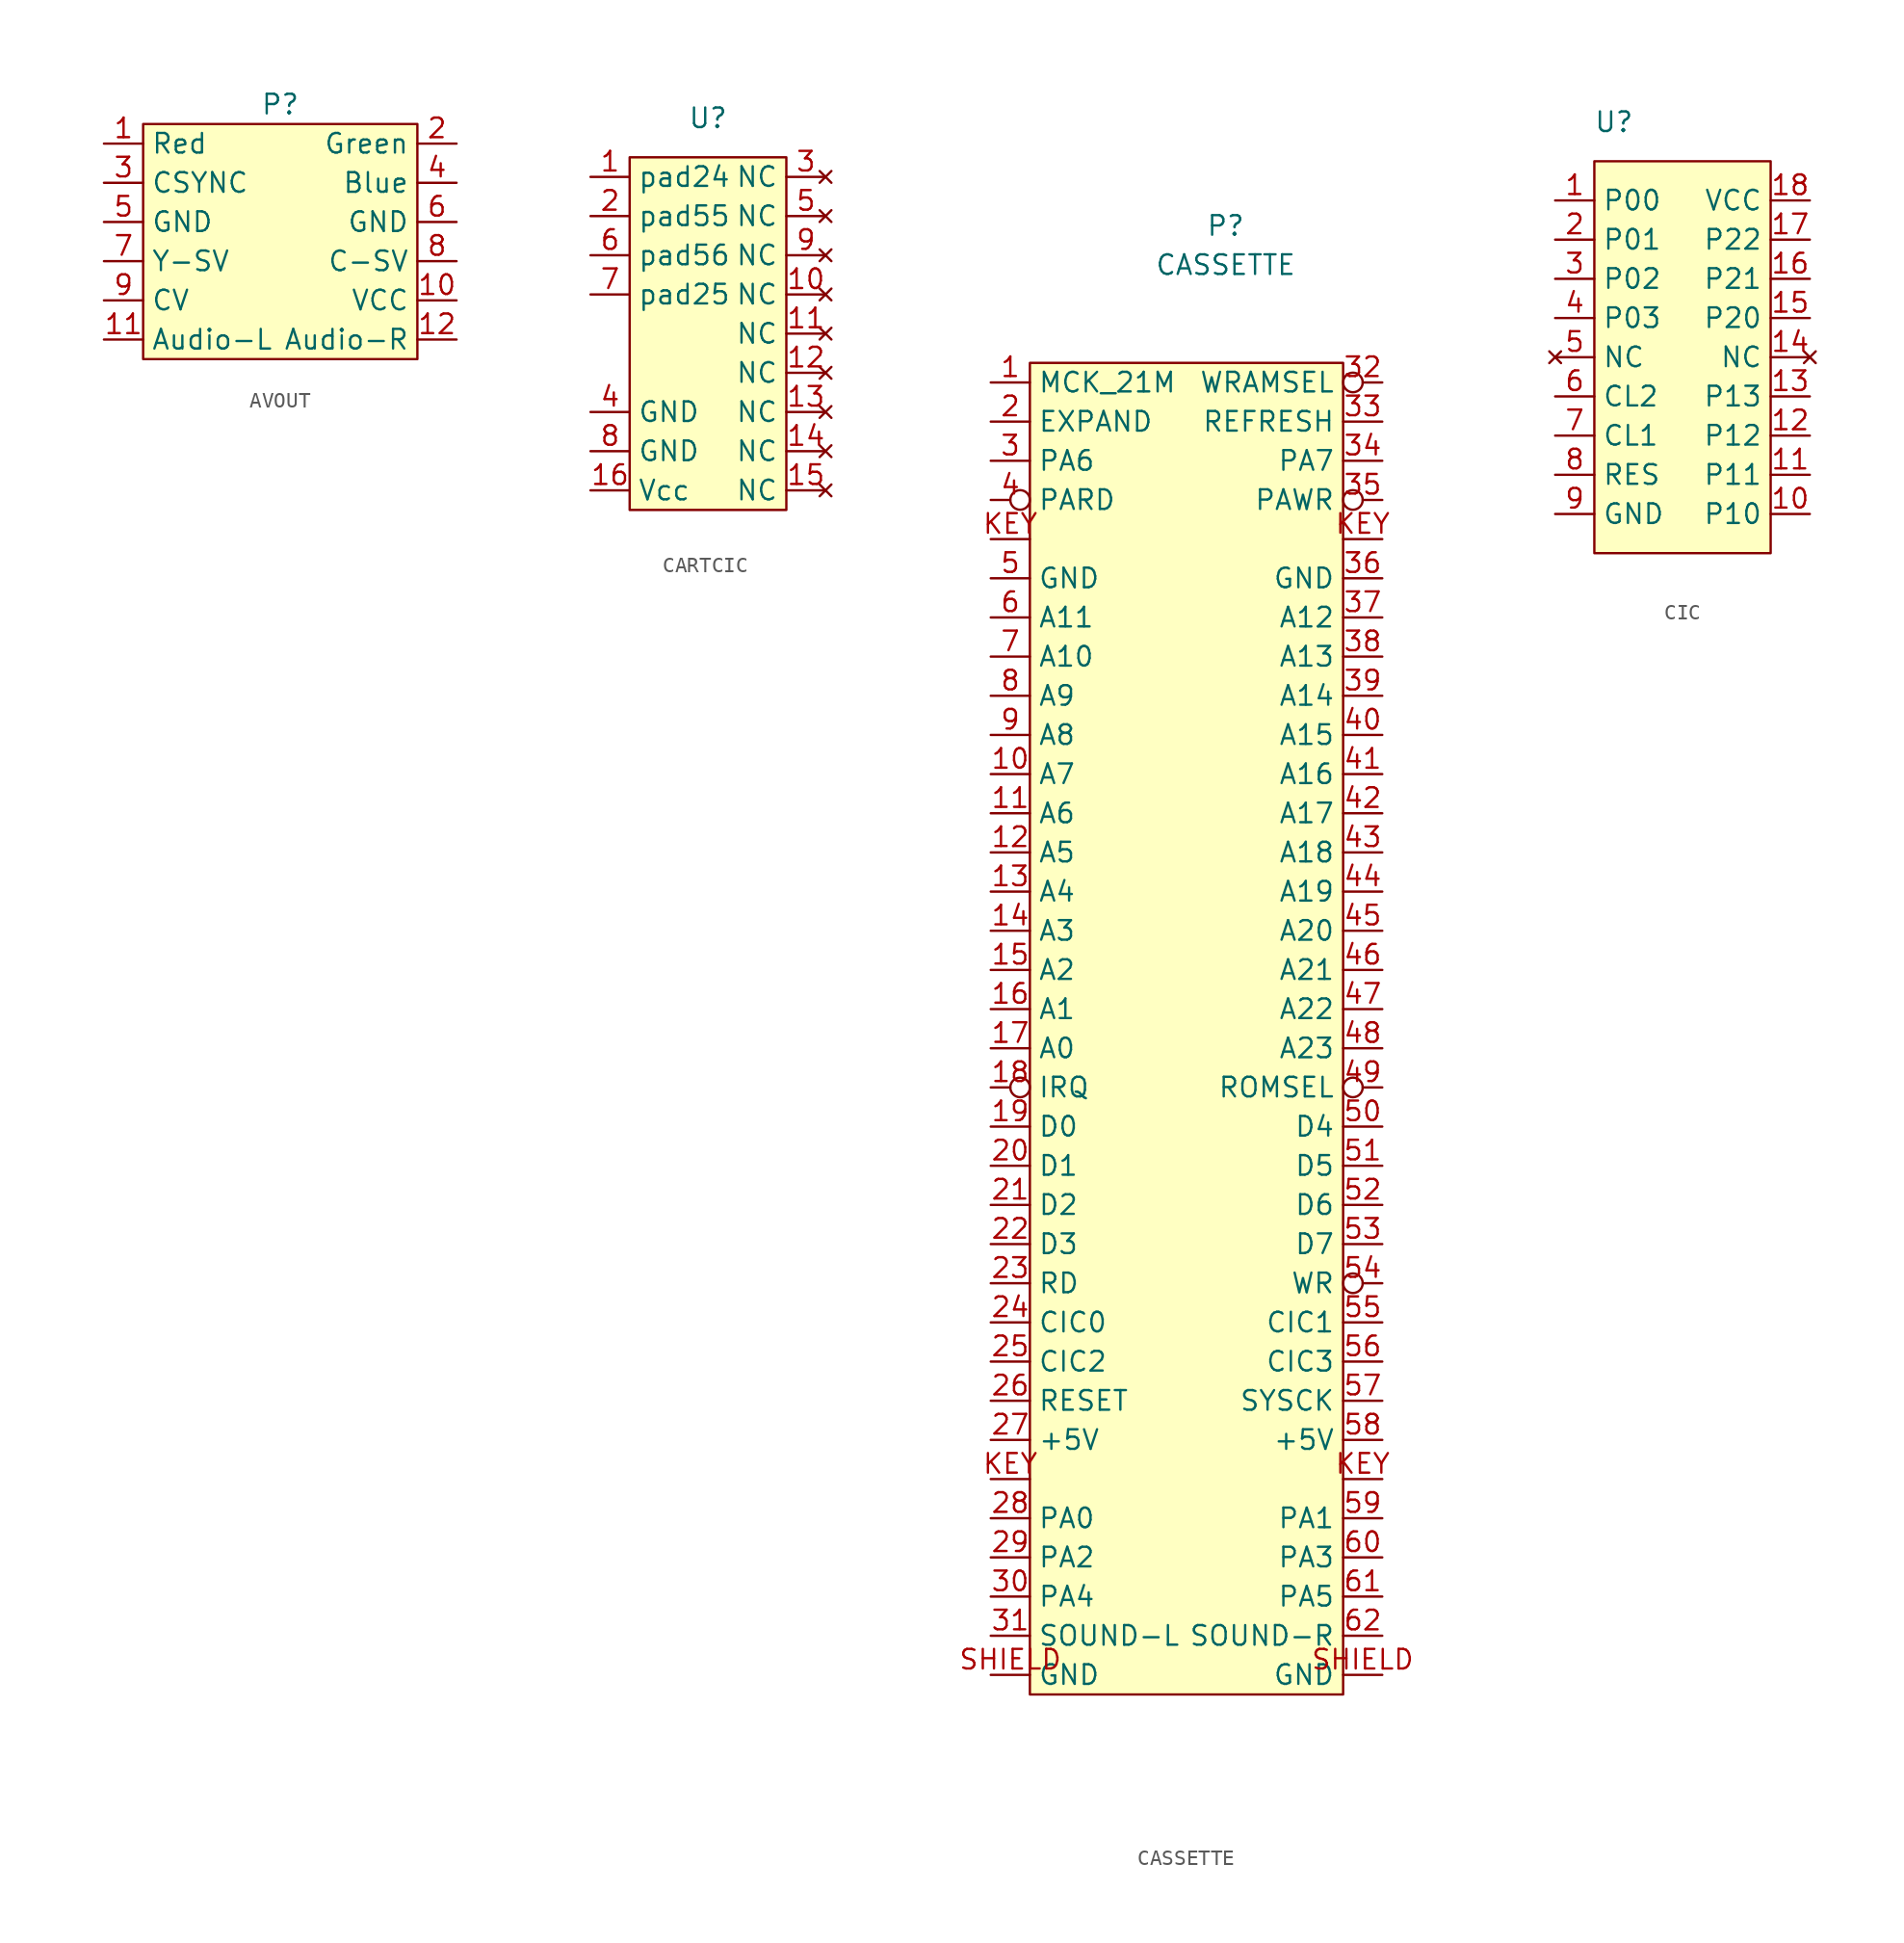
<source format=kicad_sym>
(kicad_symbol_lib
  (version 20220914)
  (generator kicad_symbol_editor)
  (symbol "AVOUT"
    (property "Reference" "P"
      (at 0 2.54 0)
      (effects (font (size 1.27 1.27))))
    (property "Value" ""
      (at -11.43 0 0)
      (effects (font (size 1.27 1.27))))
    (symbol "AVOUT_0_0"
      (pin unspecified line (at -11.43 0 0) (length 2.54) (name "Red" (effects (font (size 1.27 1.27)))) (number "1" (effects (font (size 1.27 1.27)))))
      (pin unspecified line (at 11.43 -10.16 180) (length 2.54) (name "VCC" (effects (font (size 1.27 1.27)))) (number "10" (effects (font (size 1.27 1.27)))))
      (pin unspecified line (at -11.43 -12.7 0) (length 2.54) (name "Audio-L" (effects (font (size 1.27 1.27)))) (number "11" (effects (font (size 1.27 1.27)))))
      (pin unspecified line (at 11.43 -12.7 180) (length 2.54) (name "Audio-R" (effects (font (size 1.27 1.27)))) (number "12" (effects (font (size 1.27 1.27)))))
      (pin unspecified line (at 11.43 0 180) (length 2.54) (name "Green" (effects (font (size 1.27 1.27)))) (number "2" (effects (font (size 1.27 1.27)))))
      (pin unspecified line (at -11.43 -2.54 0) (length 2.54) (name "CSYNC" (effects (font (size 1.27 1.27)))) (number "3" (effects (font (size 1.27 1.27)))))
      (pin unspecified line (at 11.43 -2.54 180) (length 2.54) (name "Blue" (effects (font (size 1.27 1.27)))) (number "4" (effects (font (size 1.27 1.27)))))
      (pin unspecified line (at -11.43 -5.08 0) (length 2.54) (name "GND" (effects (font (size 1.27 1.27)))) (number "5" (effects (font (size 1.27 1.27)))))
      (pin unspecified line (at 11.43 -5.08 180) (length 2.54) (name "GND" (effects (font (size 1.27 1.27)))) (number "6" (effects (font (size 1.27 1.27)))))
      (pin unspecified line (at -11.43 -7.62 0) (length 2.54) (name "Y-SV" (effects (font (size 1.27 1.27)))) (number "7" (effects (font (size 1.27 1.27)))))
      (pin unspecified line (at 11.43 -7.62 180) (length 2.54) (name "C-SV" (effects (font (size 1.27 1.27)))) (number "8" (effects (font (size 1.27 1.27)))))
      (pin unspecified line (at -11.43 -10.16 0) (length 2.54) (name "CV" (effects (font (size 1.27 1.27)))) (number "9" (effects (font (size 1.27 1.27))))))
    (symbol "AVOUT_0_1"
      (rectangle (start -8.89 1.27) (end 8.89 -13.97) (stroke (width 0) (type default)) (fill (type background)))))
  (symbol "CARTCIC"
    (property "Reference" "U"
      (at 0 12.7 0)
      (effects (font (size 1.27 1.27))))
    (property "Value" ""
      (at -7.62 8.89 0)
      (effects (font (size 1.27 1.27))))
    (symbol "CARTCIC_0_0"
      (pin unspecified line (at -7.62 8.89 0) (length 2.54) (name "pad24" (effects (font (size 1.27 1.27)))) (number "1" (effects (font (size 1.27 1.27)))))
      (pin no_connect line (at 7.62 1.27 180) (length 2.54) (name "NC" (effects (font (size 1.27 1.27)))) (number "10" (effects (font (size 1.27 1.27)))))
      (pin no_connect line (at 7.62 -1.27 180) (length 2.54) (name "NC" (effects (font (size 1.27 1.27)))) (number "11" (effects (font (size 1.27 1.27)))))
      (pin no_connect line (at 7.62 -3.81 180) (length 2.54) (name "NC" (effects (font (size 1.27 1.27)))) (number "12" (effects (font (size 1.27 1.27)))))
      (pin no_connect line (at 7.62 -6.35 180) (length 2.54) (name "NC" (effects (font (size 1.27 1.27)))) (number "13" (effects (font (size 1.27 1.27)))))
      (pin no_connect line (at 7.62 -8.89 180) (length 2.54) (name "NC" (effects (font (size 1.27 1.27)))) (number "14" (effects (font (size 1.27 1.27)))))
      (pin no_connect line (at 7.62 -11.43 180) (length 2.54) (name "NC" (effects (font (size 1.27 1.27)))) (number "15" (effects (font (size 1.27 1.27)))))
      (pin power_in line (at -7.62 -11.43 0) (length 2.54) (name "Vcc" (effects (font (size 1.27 1.27)))) (number "16" (effects (font (size 1.27 1.27)))))
      (pin unspecified line (at -7.62 6.35 0) (length 2.54) (name "pad55" (effects (font (size 1.27 1.27)))) (number "2" (effects (font (size 1.27 1.27)))))
      (pin no_connect line (at 7.62 8.89 180) (length 2.54) (name "NC" (effects (font (size 1.27 1.27)))) (number "3" (effects (font (size 1.27 1.27)))))
      (pin power_in line (at -7.62 -6.35 0) (length 2.54) (name "GND" (effects (font (size 1.27 1.27)))) (number "4" (effects (font (size 1.27 1.27)))))
      (pin no_connect line (at 7.62 6.35 180) (length 2.54) (name "NC" (effects (font (size 1.27 1.27)))) (number "5" (effects (font (size 1.27 1.27)))))
      (pin unspecified line (at -7.62 3.81 0) (length 2.54) (name "pad56" (effects (font (size 1.27 1.27)))) (number "6" (effects (font (size 1.27 1.27)))))
      (pin unspecified line (at -7.62 1.27 0) (length 2.54) (name "pad25" (effects (font (size 1.27 1.27)))) (number "7" (effects (font (size 1.27 1.27)))))
      (pin power_in line (at -7.62 -8.89 0) (length 2.54) (name "GND" (effects (font (size 1.27 1.27)))) (number "8" (effects (font (size 1.27 1.27)))))
      (pin no_connect line (at 7.62 3.81 180) (length 2.54) (name "NC" (effects (font (size 1.27 1.27)))) (number "9" (effects (font (size 1.27 1.27))))))
    (symbol "CARTCIC_0_1"
      (rectangle (start -5.08 10.16) (end 5.08 -12.7) (stroke (width 0) (type default)) (fill (type background)))))
  (symbol "CASSETTE"
    (property "Reference" "P"
      (at 0 2.54 0)
      (effects (font (size 1.27 1.27))))
    (property "Value" "CASSETTE"
      (at 0 0 0)
      (effects (font (size 1.27 1.27))))
    (symbol "CASSETTE_0_0"
      (pin unspecified line (at -15.24 -7.62 0) (length 2.54) (name "MCK_21M" (effects (font (size 1.27 1.27)))) (number "1" (effects (font (size 1.27 1.27)))))
      (pin input line (at -15.24 -33.02 0) (length 2.54) (name "A7" (effects (font (size 1.27 1.27)))) (number "10" (effects (font (size 1.27 1.27)))))
      (pin input line (at -15.24 -35.56 0) (length 2.54) (name "A6" (effects (font (size 1.27 1.27)))) (number "11" (effects (font (size 1.27 1.27)))))
      (pin input line (at -15.24 -38.1 0) (length 2.54) (name "A5" (effects (font (size 1.27 1.27)))) (number "12" (effects (font (size 1.27 1.27)))))
      (pin input line (at -15.24 -40.64 0) (length 2.54) (name "A4" (effects (font (size 1.27 1.27)))) (number "13" (effects (font (size 1.27 1.27)))))
      (pin input line (at -15.24 -43.18 0) (length 2.54) (name "A3" (effects (font (size 1.27 1.27)))) (number "14" (effects (font (size 1.27 1.27)))))
      (pin input line (at -15.24 -45.72 0) (length 2.54) (name "A2" (effects (font (size 1.27 1.27)))) (number "15" (effects (font (size 1.27 1.27)))))
      (pin input line (at -15.24 -48.26 0) (length 2.54) (name "A1" (effects (font (size 1.27 1.27)))) (number "16" (effects (font (size 1.27 1.27)))))
      (pin input line (at -15.24 -50.8 0) (length 2.54) (name "A0" (effects (font (size 1.27 1.27)))) (number "17" (effects (font (size 1.27 1.27)))))
      (pin unspecified inverted (at -15.24 -53.34 0) (length 2.54) (name "IRQ" (effects (font (size 1.27 1.27)))) (number "18" (effects (font (size 1.27 1.27)))))
      (pin bidirectional line (at -15.24 -55.88 0) (length 2.54) (name "D0" (effects (font (size 1.27 1.27)))) (number "19" (effects (font (size 1.27 1.27)))))
      (pin unspecified line (at -15.24 -10.16 0) (length 2.54) (name "EXPAND" (effects (font (size 1.27 1.27)))) (number "2" (effects (font (size 1.27 1.27)))))
      (pin bidirectional line (at -15.24 -58.42 0) (length 2.54) (name "D1" (effects (font (size 1.27 1.27)))) (number "20" (effects (font (size 1.27 1.27)))))
      (pin bidirectional line (at -15.24 -60.96 0) (length 2.54) (name "D2" (effects (font (size 1.27 1.27)))) (number "21" (effects (font (size 1.27 1.27)))))
      (pin bidirectional line (at -15.24 -63.5 0) (length 2.54) (name "D3" (effects (font (size 1.27 1.27)))) (number "22" (effects (font (size 1.27 1.27)))))
      (pin unspecified line (at -15.24 -66.04 0) (length 2.54) (name "RD" (effects (font (size 1.27 1.27)))) (number "23" (effects (font (size 1.27 1.27)))))
      (pin unspecified line (at -15.24 -68.58 0) (length 2.54) (name "CIC0" (effects (font (size 1.27 1.27)))) (number "24" (effects (font (size 1.27 1.27)))))
      (pin unspecified line (at -15.24 -71.12 0) (length 2.54) (name "CIC2" (effects (font (size 1.27 1.27)))) (number "25" (effects (font (size 1.27 1.27)))))
      (pin unspecified line (at -15.24 -73.66 0) (length 2.54) (name "RESET" (effects (font (size 1.27 1.27)))) (number "26" (effects (font (size 1.27 1.27)))))
      (pin power_in line (at -15.24 -76.2 0) (length 2.54) (name "+5V" (effects (font (size 1.27 1.27)))) (number "27" (effects (font (size 1.27 1.27)))))
      (pin unspecified line (at -15.24 -81.28 0) (length 2.54) (name "PA0" (effects (font (size 1.27 1.27)))) (number "28" (effects (font (size 1.27 1.27)))))
      (pin unspecified line (at -15.24 -83.82 0) (length 2.54) (name "PA2" (effects (font (size 1.27 1.27)))) (number "29" (effects (font (size 1.27 1.27)))))
      (pin unspecified line (at -15.24 -12.7 0) (length 2.54) (name "PA6" (effects (font (size 1.27 1.27)))) (number "3" (effects (font (size 1.27 1.27)))))
      (pin unspecified line (at -15.24 -86.36 0) (length 2.54) (name "PA4" (effects (font (size 1.27 1.27)))) (number "30" (effects (font (size 1.27 1.27)))))
      (pin output line (at -15.24 -88.9 0) (length 2.54) (name "SOUND-L" (effects (font (size 1.27 1.27)))) (number "31" (effects (font (size 1.27 1.27)))))
      (pin unspecified inverted (at 10.16 -7.62 180) (length 2.54) (name "WRAMSEL" (effects (font (size 1.27 1.27)))) (number "32" (effects (font (size 1.27 1.27)))))
      (pin unspecified line (at 10.16 -10.16 180) (length 2.54) (name "REFRESH" (effects (font (size 1.27 1.27)))) (number "33" (effects (font (size 1.27 1.27)))))
      (pin unspecified line (at 10.16 -12.7 180) (length 2.54) (name "PA7" (effects (font (size 1.27 1.27)))) (number "34" (effects (font (size 1.27 1.27)))))
      (pin unspecified inverted (at 10.16 -15.24 180) (length 2.54) (name "PAWR" (effects (font (size 1.27 1.27)))) (number "35" (effects (font (size 1.27 1.27)))))
      (pin power_in line (at 10.16 -20.32 180) (length 2.54) (name "GND" (effects (font (size 1.27 1.27)))) (number "36" (effects (font (size 1.27 1.27)))))
      (pin input line (at 10.16 -22.86 180) (length 2.54) (name "A12" (effects (font (size 1.27 1.27)))) (number "37" (effects (font (size 1.27 1.27)))))
      (pin input line (at 10.16 -25.4 180) (length 2.54) (name "A13" (effects (font (size 1.27 1.27)))) (number "38" (effects (font (size 1.27 1.27)))))
      (pin input line (at 10.16 -27.94 180) (length 2.54) (name "A14" (effects (font (size 1.27 1.27)))) (number "39" (effects (font (size 1.27 1.27)))))
      (pin unspecified inverted (at -15.24 -15.24 0) (length 2.54) (name "PARD" (effects (font (size 1.27 1.27)))) (number "4" (effects (font (size 1.27 1.27)))))
      (pin input line (at 10.16 -30.48 180) (length 2.54) (name "A15" (effects (font (size 1.27 1.27)))) (number "40" (effects (font (size 1.27 1.27)))))
      (pin input line (at 10.16 -33.02 180) (length 2.54) (name "A16" (effects (font (size 1.27 1.27)))) (number "41" (effects (font (size 1.27 1.27)))))
      (pin input line (at 10.16 -35.56 180) (length 2.54) (name "A17" (effects (font (size 1.27 1.27)))) (number "42" (effects (font (size 1.27 1.27)))))
      (pin input line (at 10.16 -38.1 180) (length 2.54) (name "A18" (effects (font (size 1.27 1.27)))) (number "43" (effects (font (size 1.27 1.27)))))
      (pin input line (at 10.16 -40.64 180) (length 2.54) (name "A19" (effects (font (size 1.27 1.27)))) (number "44" (effects (font (size 1.27 1.27)))))
      (pin input line (at 10.16 -43.18 180) (length 2.54) (name "A20" (effects (font (size 1.27 1.27)))) (number "45" (effects (font (size 1.27 1.27)))))
      (pin input line (at 10.16 -45.72 180) (length 2.54) (name "A21" (effects (font (size 1.27 1.27)))) (number "46" (effects (font (size 1.27 1.27)))))
      (pin input line (at 10.16 -48.26 180) (length 2.54) (name "A22" (effects (font (size 1.27 1.27)))) (number "47" (effects (font (size 1.27 1.27)))))
      (pin input line (at 10.16 -50.8 180) (length 2.54) (name "A23" (effects (font (size 1.27 1.27)))) (number "48" (effects (font (size 1.27 1.27)))))
      (pin unspecified inverted (at 10.16 -53.34 180) (length 2.54) (name "ROMSEL" (effects (font (size 1.27 1.27)))) (number "49" (effects (font (size 1.27 1.27)))))
      (pin power_in line (at -15.24 -20.32 0) (length 2.54) (name "GND" (effects (font (size 1.27 1.27)))) (number "5" (effects (font (size 1.27 1.27)))))
      (pin bidirectional line (at 10.16 -55.88 180) (length 2.54) (name "D4" (effects (font (size 1.27 1.27)))) (number "50" (effects (font (size 1.27 1.27)))))
      (pin bidirectional line (at 10.16 -58.42 180) (length 2.54) (name "D5" (effects (font (size 1.27 1.27)))) (number "51" (effects (font (size 1.27 1.27)))))
      (pin bidirectional line (at 10.16 -60.96 180) (length 2.54) (name "D6" (effects (font (size 1.27 1.27)))) (number "52" (effects (font (size 1.27 1.27)))))
      (pin bidirectional line (at 10.16 -63.5 180) (length 2.54) (name "D7" (effects (font (size 1.27 1.27)))) (number "53" (effects (font (size 1.27 1.27)))))
      (pin unspecified inverted (at 10.16 -66.04 180) (length 2.54) (name "WR" (effects (font (size 1.27 1.27)))) (number "54" (effects (font (size 1.27 1.27)))))
      (pin unspecified line (at 10.16 -68.58 180) (length 2.54) (name "CIC1" (effects (font (size 1.27 1.27)))) (number "55" (effects (font (size 1.27 1.27)))))
      (pin unspecified line (at 10.16 -71.12 180) (length 2.54) (name "CIC3" (effects (font (size 1.27 1.27)))) (number "56" (effects (font (size 1.27 1.27)))))
      (pin unspecified line (at 10.16 -73.66 180) (length 2.54) (name "SYSCK" (effects (font (size 1.27 1.27)))) (number "57" (effects (font (size 1.27 1.27)))))
      (pin power_in line (at 10.16 -76.2 180) (length 2.54) (name "+5V" (effects (font (size 1.27 1.27)))) (number "58" (effects (font (size 1.27 1.27)))))
      (pin unspecified line (at 10.16 -81.28 180) (length 2.54) (name "PA1" (effects (font (size 1.27 1.27)))) (number "59" (effects (font (size 1.27 1.27)))))
      (pin input line (at -15.24 -22.86 0) (length 2.54) (name "A11" (effects (font (size 1.27 1.27)))) (number "6" (effects (font (size 1.27 1.27)))))
      (pin unspecified line (at 10.16 -83.82 180) (length 2.54) (name "PA3" (effects (font (size 1.27 1.27)))) (number "60" (effects (font (size 1.27 1.27)))))
      (pin unspecified line (at 10.16 -86.36 180) (length 2.54) (name "PA5" (effects (font (size 1.27 1.27)))) (number "61" (effects (font (size 1.27 1.27)))))
      (pin output line (at 10.16 -88.9 180) (length 2.54) (name "SOUND-R" (effects (font (size 1.27 1.27)))) (number "62" (effects (font (size 1.27 1.27)))))
      (pin input line (at -15.24 -25.4 0) (length 2.54) (name "A10" (effects (font (size 1.27 1.27)))) (number "7" (effects (font (size 1.27 1.27)))))
      (pin input line (at -15.24 -27.94 0) (length 2.54) (name "A9" (effects (font (size 1.27 1.27)))) (number "8" (effects (font (size 1.27 1.27)))))
      (pin input line (at -15.24 -30.48 0) (length 2.54) (name "A8" (effects (font (size 1.27 1.27)))) (number "9" (effects (font (size 1.27 1.27)))))
      (pin unspecified line (at -15.24 -78.74 0) (length 2.54) (name "" (effects (font (size 1.27 1.27)))) (number "KEY" (effects (font (size 1.27 1.27)))))
      (pin free line (at -15.24 -17.78 0) (length 2.54) (name "" (effects (font (size 1.27 1.27)))) (number "KEY" (effects (font (size 1.27 1.27)))))
      (pin unspecified line (at 10.16 -78.74 180) (length 2.54) (name "" (effects (font (size 1.27 1.27)))) (number "KEY" (effects (font (size 1.27 1.27)))))
      (pin free line (at 10.16 -17.78 180) (length 2.54) (name "" (effects (font (size 1.27 1.27)))) (number "KEY" (effects (font (size 1.27 1.27)))))
      (pin power_in line (at -15.24 -91.44 0) (length 2.54) (name "GND" (effects (font (size 1.27 1.27)))) (number "SHIELD" (effects (font (size 1.27 1.27)))))
      (pin power_in line (at 10.16 -91.44 180) (length 2.54) (name "GND" (effects (font (size 1.27 1.27)))) (number "SHIELD" (effects (font (size 1.27 1.27))))))
    (symbol "CASSETTE_0_1"
      (rectangle (start -12.7 -6.35) (end 7.62 -92.71) (stroke (width 0) (type default)) (fill (type background)))))
  (symbol "CIC"
    (property "Reference" "U"
      (at -5.08 13.97 0)
      (effects (font (size 1.27 1.27))))
    (property "Value" ""
      (at -5.08 13.97 0)
      (effects (font (size 1.27 1.27))))
    (symbol "CIC_0_0"
      (pin unspecified line (at -8.89 8.89 0) (length 2.54) (name "P00" (effects (font (size 1.27 1.27)))) (number "1" (effects (font (size 1.27 1.27)))))
      (pin unspecified line (at 7.62 -11.43 180) (length 2.54) (name "P10" (effects (font (size 1.27 1.27)))) (number "10" (effects (font (size 1.27 1.27)))))
      (pin unspecified line (at 7.62 -8.89 180) (length 2.54) (name "P11" (effects (font (size 1.27 1.27)))) (number "11" (effects (font (size 1.27 1.27)))))
      (pin unspecified line (at 7.62 -6.35 180) (length 2.54) (name "P12" (effects (font (size 1.27 1.27)))) (number "12" (effects (font (size 1.27 1.27)))))
      (pin unspecified line (at 7.62 -3.81 180) (length 2.54) (name "P13" (effects (font (size 1.27 1.27)))) (number "13" (effects (font (size 1.27 1.27)))))
      (pin no_connect line (at 7.62 -1.27 180) (length 2.54) (name "NC" (effects (font (size 1.27 1.27)))) (number "14" (effects (font (size 1.27 1.27)))))
      (pin unspecified line (at 7.62 1.27 180) (length 2.54) (name "P20" (effects (font (size 1.27 1.27)))) (number "15" (effects (font (size 1.27 1.27)))))
      (pin unspecified line (at 7.62 3.81 180) (length 2.54) (name "P21" (effects (font (size 1.27 1.27)))) (number "16" (effects (font (size 1.27 1.27)))))
      (pin unspecified line (at 7.62 6.35 180) (length 2.54) (name "P22" (effects (font (size 1.27 1.27)))) (number "17" (effects (font (size 1.27 1.27)))))
      (pin power_in line (at 7.62 8.89 180) (length 2.54) (name "VCC" (effects (font (size 1.27 1.27)))) (number "18" (effects (font (size 1.27 1.27)))))
      (pin unspecified line (at -8.89 6.35 0) (length 2.54) (name "P01" (effects (font (size 1.27 1.27)))) (number "2" (effects (font (size 1.27 1.27)))))
      (pin unspecified line (at -8.89 3.81 0) (length 2.54) (name "P02" (effects (font (size 1.27 1.27)))) (number "3" (effects (font (size 1.27 1.27)))))
      (pin unspecified line (at -8.89 1.27 0) (length 2.54) (name "P03" (effects (font (size 1.27 1.27)))) (number "4" (effects (font (size 1.27 1.27)))))
      (pin no_connect line (at -8.89 -1.27 0) (length 2.54) (name "NC" (effects (font (size 1.27 1.27)))) (number "5" (effects (font (size 1.27 1.27)))))
      (pin unspecified line (at -8.89 -3.81 0) (length 2.54) (name "CL2" (effects (font (size 1.27 1.27)))) (number "6" (effects (font (size 1.27 1.27)))))
      (pin unspecified line (at -8.89 -6.35 0) (length 2.54) (name "CL1" (effects (font (size 1.27 1.27)))) (number "7" (effects (font (size 1.27 1.27)))))
      (pin unspecified line (at -8.89 -8.89 0) (length 2.54) (name "RES" (effects (font (size 1.27 1.27)))) (number "8" (effects (font (size 1.27 1.27)))))
      (pin power_in line (at -8.89 -11.43 0) (length 2.54) (name "GND" (effects (font (size 1.27 1.27)))) (number "9" (effects (font (size 1.27 1.27))))))
    (symbol "CIC_0_1"
      (rectangle (start -6.35 11.43) (end 5.08 -13.97) (stroke (width 0) (type default)) (fill (type background))))))
</source>
